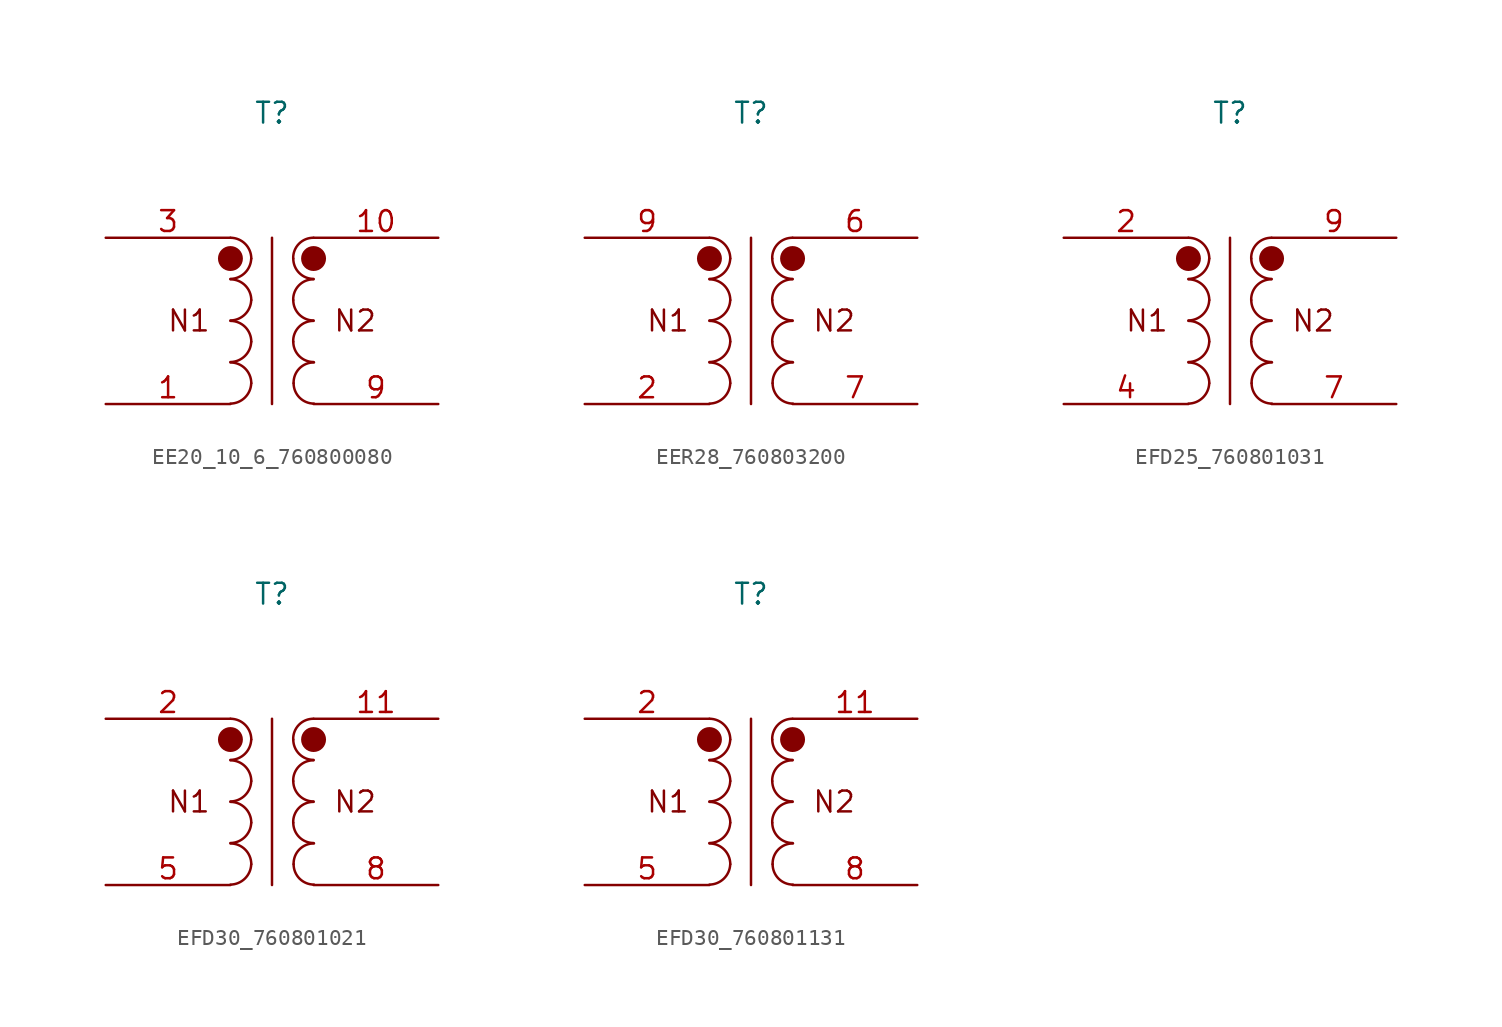
<source format=kicad_sym>
(kicad_symbol_lib
  (version 20220914)
  (generator kicad_symbol_editor)
  (symbol "EE20_10_6_760800080"
    (pin_names hide)
    (property "Reference" "T"
      (at 0 12.7 0)
      (effects (font (size 1.27 1.27))))
    (property "Critical Parameter" ""
      (at 0 -5.08 0)
      (effects (font (size 1.27 1.27)) (justify left)))
    (symbol "EE20_10_6_760800080_0_1"
      (arc (start -2.54 -5.0546) (mid -1.6599 -4.6901) (end -1.27 -3.81) (stroke (width 0) (type default)) (fill (type none)))
      (arc (start -2.54 -2.5146) (mid -1.6599 -2.1501) (end -1.27 -1.27) (stroke (width 0) (type default)) (fill (type none)))
      (arc (start -2.54 0.0254) (mid -1.6599 0.3899) (end -1.27 1.27) (stroke (width 0) (type default)) (fill (type none)))
      (arc (start -2.54 2.5654) (mid -1.6599 2.9299) (end -1.27 3.81) (stroke (width 0) (type default)) (fill (type none)))
      (arc (start -1.27 -3.81) (mid -1.642 -2.912) (end -2.54 -2.54) (stroke (width 0) (type default)) (fill (type none)))
      (arc (start -1.27 -1.27) (mid -1.642 -0.372) (end -2.54 0) (stroke (width 0) (type default)) (fill (type none)))
      (arc (start -1.27 1.27) (mid -1.642 2.168) (end -2.54 2.54) (stroke (width 0) (type default)) (fill (type none)))
      (arc (start -1.27 3.81) (mid -1.642 4.708) (end -2.54 5.08) (stroke (width 0) (type default)) (fill (type none)))
      (polyline (pts (xy 0 5.08) (xy 0 -5.08)) (stroke (width 0) (type default)) (fill (type none)))
      (arc (start 1.2954 -1.27) (mid 1.6599 -2.1501) (end 2.54 -2.5146) (stroke (width 0) (type default)) (fill (type none)))
      (arc (start 1.2954 1.27) (mid 1.6599 0.3899) (end 2.54 0.0254) (stroke (width 0) (type default)) (fill (type none)))
      (arc (start 1.2954 3.81) (mid 1.6599 2.9299) (end 2.54 2.5654) (stroke (width 0) (type default)) (fill (type none)))
      (arc (start 1.3208 -3.81) (mid 1.6853 -4.6901) (end 2.5654 -5.0546) (stroke (width 0) (type default)) (fill (type none)))
      (arc (start 2.54 0) (mid 1.642 -0.372) (end 1.2954 -1.27) (stroke (width 0) (type default)) (fill (type none)))
      (arc (start 2.54 2.54) (mid 1.642 2.168) (end 1.2954 1.27) (stroke (width 0) (type default)) (fill (type none)))
      (arc (start 2.54 5.08) (mid 1.642 4.708) (end 1.2954 3.81) (stroke (width 0) (type default)) (fill (type none)))
      (arc (start 2.5654 -2.54) (mid 1.6674 -2.912) (end 1.3208 -3.81) (stroke (width 0) (type default)) (fill (type none))))
    (symbol "EE20_10_6_760800080_1_1"
      (circle (center -2.54 3.81) (radius 0.0001) (stroke (width 0.762) (type default)) (fill (type none)))
      (circle (center 2.54 3.81) (radius 0.0001) (stroke (width 0.762) (type default)) (fill (type none)))
      (text "N1" (at -5.08 0 0) (effects (font (size 1.27 1.27))))
      (text "N2" (at 5.08 0 0) (effects (font (size 1.27 1.27))))
      (pin passive line (at -10.16 -5.08 0) (length 7.62) (name "1" (effects (font (size 1.27 1.27)))) (number "1" (effects (font (size 1.27 1.27)))))
      (pin passive line (at 10.16 5.08 180) (length 7.62) (name "10" (effects (font (size 1.27 1.27)))) (number "10" (effects (font (size 1.27 1.27)))))
      (pin passive line (at -10.16 5.08 0) (length 7.62) (name "3" (effects (font (size 1.27 1.27)))) (number "3" (effects (font (size 1.27 1.27)))))
      (pin passive line (at 10.16 -5.08 180) (length 7.62) (name "9" (effects (font (size 1.27 1.27)))) (number "9" (effects (font (size 1.27 1.27)))))))
  (symbol "EER28_760803200"
    (pin_names hide)
    (property "Reference" "T"
      (at 0 12.7 0)
      (effects (font (size 1.27 1.27))))
    (property "Critical Parameter" ""
      (at 0 -5.08 0)
      (effects (font (size 1.27 1.27)) (justify left)))
    (symbol "EER28_760803200_0_1"
      (arc (start -2.54 -5.0546) (mid -1.6599 -4.6901) (end -1.27 -3.81) (stroke (width 0) (type default)) (fill (type none)))
      (arc (start -2.54 -2.5146) (mid -1.6599 -2.1501) (end -1.27 -1.27) (stroke (width 0) (type default)) (fill (type none)))
      (arc (start -2.54 0.0254) (mid -1.6599 0.3899) (end -1.27 1.27) (stroke (width 0) (type default)) (fill (type none)))
      (arc (start -2.54 2.5654) (mid -1.6599 2.9299) (end -1.27 3.81) (stroke (width 0) (type default)) (fill (type none)))
      (arc (start -1.27 -3.81) (mid -1.642 -2.912) (end -2.54 -2.54) (stroke (width 0) (type default)) (fill (type none)))
      (arc (start -1.27 -1.27) (mid -1.642 -0.372) (end -2.54 0) (stroke (width 0) (type default)) (fill (type none)))
      (arc (start -1.27 1.27) (mid -1.642 2.168) (end -2.54 2.54) (stroke (width 0) (type default)) (fill (type none)))
      (arc (start -1.27 3.81) (mid -1.642 4.708) (end -2.54 5.08) (stroke (width 0) (type default)) (fill (type none)))
      (polyline (pts (xy 0 5.08) (xy 0 -5.08)) (stroke (width 0) (type default)) (fill (type none)))
      (arc (start 1.2954 -1.27) (mid 1.6599 -2.1501) (end 2.54 -2.5146) (stroke (width 0) (type default)) (fill (type none)))
      (arc (start 1.2954 1.27) (mid 1.6599 0.3899) (end 2.54 0.0254) (stroke (width 0) (type default)) (fill (type none)))
      (arc (start 1.2954 3.81) (mid 1.6599 2.9299) (end 2.54 2.5654) (stroke (width 0) (type default)) (fill (type none)))
      (arc (start 1.3208 -3.81) (mid 1.6853 -4.6901) (end 2.5654 -5.0546) (stroke (width 0) (type default)) (fill (type none)))
      (arc (start 2.54 0) (mid 1.642 -0.372) (end 1.2954 -1.27) (stroke (width 0) (type default)) (fill (type none)))
      (arc (start 2.54 2.54) (mid 1.642 2.168) (end 1.2954 1.27) (stroke (width 0) (type default)) (fill (type none)))
      (arc (start 2.54 5.08) (mid 1.642 4.708) (end 1.2954 3.81) (stroke (width 0) (type default)) (fill (type none)))
      (arc (start 2.5654 -2.54) (mid 1.6674 -2.912) (end 1.3208 -3.81) (stroke (width 0) (type default)) (fill (type none))))
    (symbol "EER28_760803200_1_1"
      (circle (center -2.54 3.81) (radius 0.0001) (stroke (width 0.762) (type default)) (fill (type none)))
      (circle (center 2.54 3.81) (radius 0.0001) (stroke (width 0.762) (type default)) (fill (type none)))
      (text "N1" (at -5.08 0 0) (effects (font (size 1.27 1.27))))
      (text "N2" (at 5.08 0 0) (effects (font (size 1.27 1.27))))
      (pin passive line (at -10.16 -5.08 0) (length 7.62) (name "2" (effects (font (size 1.27 1.27)))) (number "2" (effects (font (size 1.27 1.27)))))
      (pin passive line (at 10.16 5.08 180) (length 7.62) (name "6" (effects (font (size 1.27 1.27)))) (number "6" (effects (font (size 1.27 1.27)))))
      (pin passive line (at 10.16 -5.08 180) (length 7.62) (name "7" (effects (font (size 1.27 1.27)))) (number "7" (effects (font (size 1.27 1.27)))))
      (pin passive line (at -10.16 5.08 0) (length 7.62) (name "9" (effects (font (size 1.27 1.27)))) (number "9" (effects (font (size 1.27 1.27)))))))
  (symbol "EFD25_760801031"
    (pin_names hide)
    (property "Reference" "T"
      (at 0 12.7 0)
      (effects (font (size 1.27 1.27))))
    (property "Critical Parameter" ""
      (at 0 -5.08 0)
      (effects (font (size 1.27 1.27)) (justify left)))
    (symbol "EFD25_760801031_0_1"
      (arc (start -2.54 -5.0546) (mid -1.6599 -4.6901) (end -1.27 -3.81) (stroke (width 0) (type default)) (fill (type none)))
      (arc (start -2.54 -2.5146) (mid -1.6599 -2.1501) (end -1.27 -1.27) (stroke (width 0) (type default)) (fill (type none)))
      (arc (start -2.54 0.0254) (mid -1.6599 0.3899) (end -1.27 1.27) (stroke (width 0) (type default)) (fill (type none)))
      (arc (start -2.54 2.5654) (mid -1.6599 2.9299) (end -1.27 3.81) (stroke (width 0) (type default)) (fill (type none)))
      (arc (start -1.27 -3.81) (mid -1.642 -2.912) (end -2.54 -2.54) (stroke (width 0) (type default)) (fill (type none)))
      (arc (start -1.27 -1.27) (mid -1.642 -0.372) (end -2.54 0) (stroke (width 0) (type default)) (fill (type none)))
      (arc (start -1.27 1.27) (mid -1.642 2.168) (end -2.54 2.54) (stroke (width 0) (type default)) (fill (type none)))
      (arc (start -1.27 3.81) (mid -1.642 4.708) (end -2.54 5.08) (stroke (width 0) (type default)) (fill (type none)))
      (polyline (pts (xy 0 5.08) (xy 0 -5.08)) (stroke (width 0) (type default)) (fill (type none)))
      (arc (start 1.2954 -1.27) (mid 1.6599 -2.1501) (end 2.54 -2.5146) (stroke (width 0) (type default)) (fill (type none)))
      (arc (start 1.2954 1.27) (mid 1.6599 0.3899) (end 2.54 0.0254) (stroke (width 0) (type default)) (fill (type none)))
      (arc (start 1.2954 3.81) (mid 1.6599 2.9299) (end 2.54 2.5654) (stroke (width 0) (type default)) (fill (type none)))
      (arc (start 1.3208 -3.81) (mid 1.6853 -4.6901) (end 2.5654 -5.0546) (stroke (width 0) (type default)) (fill (type none)))
      (arc (start 2.54 0) (mid 1.642 -0.372) (end 1.2954 -1.27) (stroke (width 0) (type default)) (fill (type none)))
      (arc (start 2.54 2.54) (mid 1.642 2.168) (end 1.2954 1.27) (stroke (width 0) (type default)) (fill (type none)))
      (arc (start 2.54 5.08) (mid 1.642 4.708) (end 1.2954 3.81) (stroke (width 0) (type default)) (fill (type none)))
      (arc (start 2.5654 -2.54) (mid 1.6674 -2.912) (end 1.3208 -3.81) (stroke (width 0) (type default)) (fill (type none))))
    (symbol "EFD25_760801031_1_1"
      (circle (center -2.54 3.81) (radius 0.0001) (stroke (width 0.762) (type default)) (fill (type none)))
      (circle (center 2.54 3.81) (radius 0.0001) (stroke (width 0.762) (type default)) (fill (type none)))
      (text "N1" (at -5.08 0 0) (effects (font (size 1.27 1.27))))
      (text "N2" (at 5.08 0 0) (effects (font (size 1.27 1.27))))
      (pin passive line (at -10.16 5.08 0) (length 7.62) (name "2" (effects (font (size 1.27 1.27)))) (number "2" (effects (font (size 1.27 1.27)))))
      (pin passive line (at -10.16 -5.08 0) (length 7.62) (name "4" (effects (font (size 1.27 1.27)))) (number "4" (effects (font (size 1.27 1.27)))))
      (pin passive line (at 10.16 -5.08 180) (length 7.62) (name "7" (effects (font (size 1.27 1.27)))) (number "7" (effects (font (size 1.27 1.27)))))
      (pin passive line (at 10.16 5.08 180) (length 7.62) (name "9" (effects (font (size 1.27 1.27)))) (number "9" (effects (font (size 1.27 1.27)))))))
  (symbol "EFD30_760801021"
    (pin_names hide)
    (property "Reference" "T"
      (at 0 12.7 0)
      (effects (font (size 1.27 1.27))))
    (property "Critical Parameter" ""
      (at 0 -5.08 0)
      (effects (font (size 1.27 1.27)) (justify left)))
    (symbol "EFD30_760801021_0_1"
      (arc (start -2.54 -5.0546) (mid -1.6599 -4.6901) (end -1.27 -3.81) (stroke (width 0) (type default)) (fill (type none)))
      (arc (start -2.54 -2.5146) (mid -1.6599 -2.1501) (end -1.27 -1.27) (stroke (width 0) (type default)) (fill (type none)))
      (arc (start -2.54 0.0254) (mid -1.6599 0.3899) (end -1.27 1.27) (stroke (width 0) (type default)) (fill (type none)))
      (arc (start -2.54 2.5654) (mid -1.6599 2.9299) (end -1.27 3.81) (stroke (width 0) (type default)) (fill (type none)))
      (arc (start -1.27 -3.81) (mid -1.642 -2.912) (end -2.54 -2.54) (stroke (width 0) (type default)) (fill (type none)))
      (arc (start -1.27 -1.27) (mid -1.642 -0.372) (end -2.54 0) (stroke (width 0) (type default)) (fill (type none)))
      (arc (start -1.27 1.27) (mid -1.642 2.168) (end -2.54 2.54) (stroke (width 0) (type default)) (fill (type none)))
      (arc (start -1.27 3.81) (mid -1.642 4.708) (end -2.54 5.08) (stroke (width 0) (type default)) (fill (type none)))
      (polyline (pts (xy 0 5.08) (xy 0 -5.08)) (stroke (width 0) (type default)) (fill (type none)))
      (arc (start 1.2954 -1.27) (mid 1.6599 -2.1501) (end 2.54 -2.5146) (stroke (width 0) (type default)) (fill (type none)))
      (arc (start 1.2954 1.27) (mid 1.6599 0.3899) (end 2.54 0.0254) (stroke (width 0) (type default)) (fill (type none)))
      (arc (start 1.2954 3.81) (mid 1.6599 2.9299) (end 2.54 2.5654) (stroke (width 0) (type default)) (fill (type none)))
      (arc (start 1.3208 -3.81) (mid 1.6853 -4.6901) (end 2.5654 -5.0546) (stroke (width 0) (type default)) (fill (type none)))
      (arc (start 2.54 0) (mid 1.642 -0.372) (end 1.2954 -1.27) (stroke (width 0) (type default)) (fill (type none)))
      (arc (start 2.54 2.54) (mid 1.642 2.168) (end 1.2954 1.27) (stroke (width 0) (type default)) (fill (type none)))
      (arc (start 2.54 5.08) (mid 1.642 4.708) (end 1.2954 3.81) (stroke (width 0) (type default)) (fill (type none)))
      (arc (start 2.5654 -2.54) (mid 1.6674 -2.912) (end 1.3208 -3.81) (stroke (width 0) (type default)) (fill (type none))))
    (symbol "EFD30_760801021_1_1"
      (circle (center -2.54 3.81) (radius 0.0001) (stroke (width 0.762) (type default)) (fill (type none)))
      (circle (center 2.54 3.81) (radius 0.0001) (stroke (width 0.762) (type default)) (fill (type none)))
      (text "N1" (at -5.08 0 0) (effects (font (size 1.27 1.27))))
      (text "N2" (at 5.08 0 0) (effects (font (size 1.27 1.27))))
      (pin passive line (at 10.16 5.08 180) (length 7.62) (name "11" (effects (font (size 1.27 1.27)))) (number "11" (effects (font (size 1.27 1.27)))))
      (pin passive line (at -10.16 5.08 0) (length 7.62) (name "2" (effects (font (size 1.27 1.27)))) (number "2" (effects (font (size 1.27 1.27)))))
      (pin passive line (at -10.16 -5.08 0) (length 7.62) (name "5" (effects (font (size 1.27 1.27)))) (number "5" (effects (font (size 1.27 1.27)))))
      (pin passive line (at 10.16 -5.08 180) (length 7.62) (name "8" (effects (font (size 1.27 1.27)))) (number "8" (effects (font (size 1.27 1.27)))))))
  (symbol "EFD30_760801131"
    (pin_names hide)
    (property "Reference" "T"
      (at 0 12.7 0)
      (effects (font (size 1.27 1.27))))
    (property "Critical Parameter" ""
      (at 0 -5.08 0)
      (effects (font (size 1.27 1.27)) (justify left)))
    (symbol "EFD30_760801131_0_1"
      (arc (start -2.54 -5.0546) (mid -1.6599 -4.6901) (end -1.27 -3.81) (stroke (width 0) (type default)) (fill (type none)))
      (arc (start -2.54 -2.5146) (mid -1.6599 -2.1501) (end -1.27 -1.27) (stroke (width 0) (type default)) (fill (type none)))
      (arc (start -2.54 0.0254) (mid -1.6599 0.3899) (end -1.27 1.27) (stroke (width 0) (type default)) (fill (type none)))
      (arc (start -2.54 2.5654) (mid -1.6599 2.9299) (end -1.27 3.81) (stroke (width 0) (type default)) (fill (type none)))
      (arc (start -1.27 -3.81) (mid -1.642 -2.912) (end -2.54 -2.54) (stroke (width 0) (type default)) (fill (type none)))
      (arc (start -1.27 -1.27) (mid -1.642 -0.372) (end -2.54 0) (stroke (width 0) (type default)) (fill (type none)))
      (arc (start -1.27 1.27) (mid -1.642 2.168) (end -2.54 2.54) (stroke (width 0) (type default)) (fill (type none)))
      (arc (start -1.27 3.81) (mid -1.642 4.708) (end -2.54 5.08) (stroke (width 0) (type default)) (fill (type none)))
      (polyline (pts (xy 0 5.08) (xy 0 -5.08)) (stroke (width 0) (type default)) (fill (type none)))
      (arc (start 1.2954 -1.27) (mid 1.6599 -2.1501) (end 2.54 -2.5146) (stroke (width 0) (type default)) (fill (type none)))
      (arc (start 1.2954 1.27) (mid 1.6599 0.3899) (end 2.54 0.0254) (stroke (width 0) (type default)) (fill (type none)))
      (arc (start 1.2954 3.81) (mid 1.6599 2.9299) (end 2.54 2.5654) (stroke (width 0) (type default)) (fill (type none)))
      (arc (start 1.3208 -3.81) (mid 1.6853 -4.6901) (end 2.5654 -5.0546) (stroke (width 0) (type default)) (fill (type none)))
      (arc (start 2.54 0) (mid 1.642 -0.372) (end 1.2954 -1.27) (stroke (width 0) (type default)) (fill (type none)))
      (arc (start 2.54 2.54) (mid 1.642 2.168) (end 1.2954 1.27) (stroke (width 0) (type default)) (fill (type none)))
      (arc (start 2.54 5.08) (mid 1.642 4.708) (end 1.2954 3.81) (stroke (width 0) (type default)) (fill (type none)))
      (arc (start 2.5654 -2.54) (mid 1.6674 -2.912) (end 1.3208 -3.81) (stroke (width 0) (type default)) (fill (type none))))
    (symbol "EFD30_760801131_1_1"
      (circle (center -2.54 3.81) (radius 0.0001) (stroke (width 0.762) (type default)) (fill (type none)))
      (circle (center 2.54 3.81) (radius 0.0001) (stroke (width 0.762) (type default)) (fill (type none)))
      (text "N1" (at -5.08 0 0) (effects (font (size 1.27 1.27))))
      (text "N2" (at 5.08 0 0) (effects (font (size 1.27 1.27))))
      (pin passive line (at 10.16 5.08 180) (length 7.62) (name "11" (effects (font (size 1.27 1.27)))) (number "11" (effects (font (size 1.27 1.27)))))
      (pin passive line (at -10.16 5.08 0) (length 7.62) (name "2" (effects (font (size 1.27 1.27)))) (number "2" (effects (font (size 1.27 1.27)))))
      (pin passive line (at -10.16 -5.08 0) (length 7.62) (name "5" (effects (font (size 1.27 1.27)))) (number "5" (effects (font (size 1.27 1.27)))))
      (pin passive line (at 10.16 -5.08 180) (length 7.62) (name "8" (effects (font (size 1.27 1.27)))) (number "8" (effects (font (size 1.27 1.27))))))))
</source>
